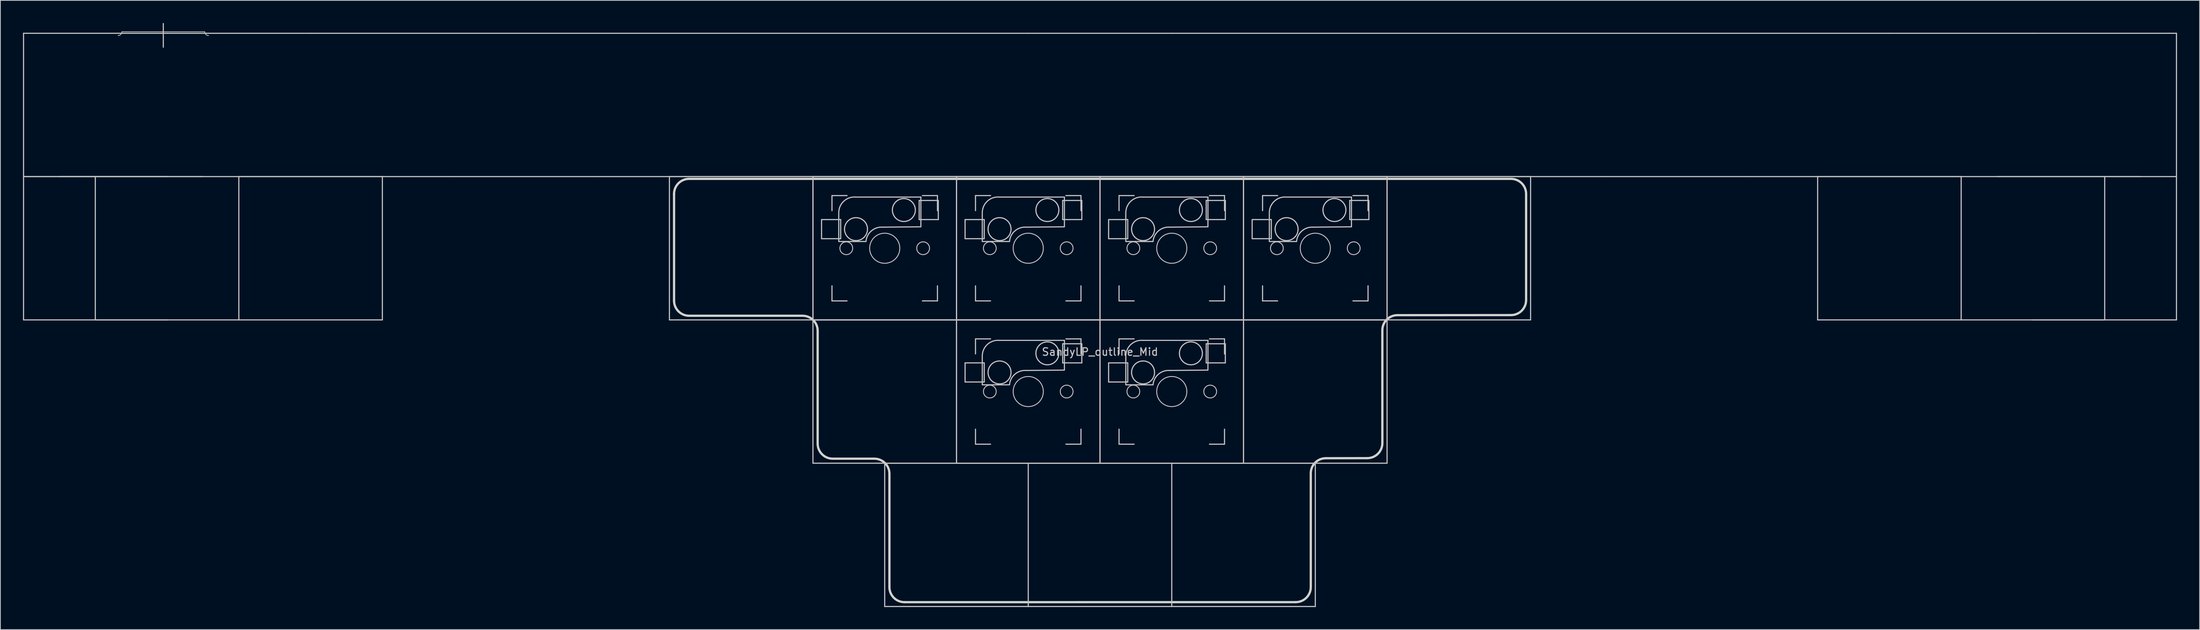
<source format=kicad_pcb>
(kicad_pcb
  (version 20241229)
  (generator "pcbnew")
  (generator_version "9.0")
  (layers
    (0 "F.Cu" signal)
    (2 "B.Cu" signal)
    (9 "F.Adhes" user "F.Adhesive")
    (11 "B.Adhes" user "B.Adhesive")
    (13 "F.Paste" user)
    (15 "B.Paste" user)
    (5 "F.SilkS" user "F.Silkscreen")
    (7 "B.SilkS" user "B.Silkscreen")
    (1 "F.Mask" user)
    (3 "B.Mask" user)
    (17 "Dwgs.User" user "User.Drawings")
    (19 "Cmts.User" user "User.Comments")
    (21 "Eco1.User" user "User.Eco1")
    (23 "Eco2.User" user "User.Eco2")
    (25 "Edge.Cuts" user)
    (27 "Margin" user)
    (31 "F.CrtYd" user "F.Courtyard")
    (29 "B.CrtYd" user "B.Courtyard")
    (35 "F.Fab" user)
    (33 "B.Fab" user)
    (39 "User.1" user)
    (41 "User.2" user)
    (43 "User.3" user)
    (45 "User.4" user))
  (footprint "SandyLP_outline_Mid"
    (layer "F.Cu")
    (at 142.95 39.475)
    (property "Reference" "SandyLP_outline_Mid" (at 0 4.25 0) (layer "Dwgs.User") (effects (font (size 1 1) (thickness 0.15))))
    (attr through_hole)
    (fp_line (start -142.875 -38.1) (end -123.825 -38.1) (stroke (width 0.15) (type solid)) (layer "Dwgs.User"))
    (fp_line (start -142.875 -19.05) (end -142.875 -38.1) (stroke (width 0.15) (type solid)) (layer "Dwgs.User"))
    (fp_line (start -142.875 -19.05) (end -142.875 0) (stroke (width 0.15) (type solid)) (layer "Dwgs.User"))
    (fp_line (start -138.113 -19.05) (end -119.062 -19.05) (stroke (width 0.15) (type solid)) (layer "Dwgs.User"))
    (fp_line (start -133.35 0) (end -133.35 -19.05) (stroke (width 0.15) (type solid)) (layer "Dwgs.User"))
    (fp_line (start -129.825 -38.3) (end -118.825 -38.3) (stroke (width 0.1) (type solid)) (layer "Dwgs.User"))
    (fp_line (start -124.325 -39.4) (end -124.325 -36.25) (stroke (width 0.15) (type solid)) (layer "Dwgs.User"))
    (fp_line (start -123.825 -38.1) (end -104.775 -38.1) (stroke (width 0.15) (type solid)) (layer "Dwgs.User"))
    (fp_line (start -123.825 -19.05) (end -142.875 -19.05) (stroke (width 0.15) (type solid)) (layer "Dwgs.User"))
    (fp_line (start -123.825 -19.05) (end -142.875 -19.05) (stroke (width 0.15) (type solid)) (layer "Dwgs.User"))
    (fp_line (start -123.825 0) (end -142.875 0) (stroke (width 0.15) (type solid)) (layer "Dwgs.User"))
    (fp_line (start -114.3 -19.05) (end -95.25 -19.05) (stroke (width 0.15) (type solid)) (layer "Dwgs.User"))
    (fp_line (start -114.3 0) (end -133.35 0) (stroke (width 0.15) (type solid)) (layer "Dwgs.User"))
    (fp_line (start -114.3 0) (end -114.3 -19.05) (stroke (width 0.15) (type solid)) (layer "Dwgs.User"))
    (fp_line (start -104.775 -38.1) (end -85.725 -38.1) (stroke (width 0.15) (type solid)) (layer "Dwgs.User"))
    (fp_line (start -104.775 -19.05) (end -123.825 -19.05) (stroke (width 0.15) (type solid)) (layer "Dwgs.User"))
    (fp_line (start -95.25 -19.05) (end -95.25 0) (stroke (width 0.15) (type solid)) (layer "Dwgs.User"))
    (fp_line (start -95.25 0) (end -114.3 0) (stroke (width 0.15) (type solid)) (layer "Dwgs.User"))
    (fp_line (start -85.725 -38.1) (end -66.675 -38.1) (stroke (width 0.15) (type solid)) (layer "Dwgs.User"))
    (fp_line (start -85.725 -19.05) (end -104.775 -19.05) (stroke (width 0.15) (type solid)) (layer "Dwgs.User"))
    (fp_line (start -66.675 -38.1) (end -47.625 -38.1) (stroke (width 0.15) (type solid)) (layer "Dwgs.User"))
    (fp_line (start -66.675 -19.05) (end -85.725 -19.05) (stroke (width 0.15) (type solid)) (layer "Dwgs.User"))
    (fp_line (start -57.15 -19.05) (end -38.1 -19.05) (stroke (width 0.15) (type solid)) (layer "Dwgs.User"))
    (fp_line (start -57.15 0) (end -57.15 -19.05) (stroke (width 0.15) (type solid)) (layer "Dwgs.User"))
    (fp_line (start -47.625 -38.1) (end -28.575 -38.1) (stroke (width 0.15) (type solid)) (layer "Dwgs.User"))
    (fp_line (start -47.625 -19.05) (end -66.675 -19.05) (stroke (width 0.15) (type solid)) (layer "Dwgs.User"))
    (fp_line (start -38.1 -19.05) (end -19.05 -19.05) (stroke (width 0.15) (type solid)) (layer "Dwgs.User"))
    (fp_line (start -38.1 -19.05) (end -19.05 -19.05) (stroke (width 0.15) (type solid)) (layer "Dwgs.User"))
    (fp_line (start -38.1 0) (end -57.15 0) (stroke (width 0.15) (type solid)) (layer "Dwgs.User"))
    (fp_line (start -38.1 0) (end -38.1 -19.05) (stroke (width 0.15) (type solid)) (layer "Dwgs.User"))
    (fp_line (start -38.1 0) (end -38.1 -19.05) (stroke (width 0.15) (type solid)) (layer "Dwgs.User"))
    (fp_line (start -38.1 0) (end -19.05 0) (stroke (width 0.15) (type solid)) (layer "Dwgs.User"))
    (fp_line (start -38.1 19.05) (end -38.1 0) (stroke (width 0.15) (type solid)) (layer "Dwgs.User"))
    (fp_line (start -36.957 -13.335) (end -36.957 -10.795) (stroke (width 0.15) (type solid)) (layer "Dwgs.User"))
    (fp_line (start -36.957 -10.795) (end -34.417 -10.795) (stroke (width 0.15) (type solid)) (layer "Dwgs.User"))
    (fp_line (start -35.575 -16.525) (end -35.575 -14.525) (stroke (width 0.15) (type solid)) (layer "Dwgs.User"))
    (fp_line (start -35.575 -4.525) (end -35.575 -2.525) (stroke (width 0.15) (type solid)) (layer "Dwgs.User"))
    (fp_line (start -35.575 -2.525) (end -33.575 -2.525) (stroke (width 0.15) (type solid)) (layer "Dwgs.User"))
    (fp_line (start -34.675 -14.375) (end -34.675 -10.43) (stroke (width 0.15) (type solid)) (layer "Dwgs.User"))
    (fp_line (start -34.675 -10.421) (end -31.065 -10.421) (stroke (width 0.15) (type solid)) (layer "Dwgs.User"))
    (fp_line (start -34.417 -13.335) (end -36.957 -13.335) (stroke (width 0.15) (type solid)) (layer "Dwgs.User"))
    (fp_line (start -34.417 -10.795) (end -34.417 -13.335) (stroke (width 0.15) (type solid)) (layer "Dwgs.User"))
    (fp_line (start -33.575 -16.525) (end -35.575 -16.525) (stroke (width 0.15) (type solid)) (layer "Dwgs.User"))
    (fp_line (start -28.575 -38.1) (end -9.525 -38.1) (stroke (width 0.15) (type solid)) (layer "Dwgs.User"))
    (fp_line (start -28.575 -19.05) (end -47.625 -19.05) (stroke (width 0.15) (type solid)) (layer "Dwgs.User"))
    (fp_line (start -28.575 19.05) (end -9.525 19.05) (stroke (width 0.15) (type solid)) (layer "Dwgs.User"))
    (fp_line (start -28.575 38.1) (end -28.575 19.05) (stroke (width 0.15) (type solid)) (layer "Dwgs.User"))
    (fp_line (start -24.003 -15.875) (end -21.463 -15.875) (stroke (width 0.15) (type solid)) (layer "Dwgs.User"))
    (fp_line (start -24.003 -13.335) (end -24.003 -15.875) (stroke (width 0.15) (type solid)) (layer "Dwgs.User"))
    (fp_line (start -23.775 -16.329) (end -32.4 -16.329) (stroke (width 0.15) (type solid)) (layer "Dwgs.User"))
    (fp_line (start -23.775 -12.421) (end -23.775 -16.329) (stroke (width 0.15) (type solid)) (layer "Dwgs.User"))
    (fp_line (start -23.775 -12.375) (end -28.825 -12.329) (stroke (width 0.15) (type solid)) (layer "Dwgs.User"))
    (fp_line (start -23.575 -16.525) (end -21.575 -16.525) (stroke (width 0.15) (type solid)) (layer "Dwgs.User"))
    (fp_line (start -23.575 -2.525) (end -21.575 -2.525) (stroke (width 0.15) (type solid)) (layer "Dwgs.User"))
    (fp_line (start -21.575 -16.525) (end -21.575 -14.525) (stroke (width 0.15) (type solid)) (layer "Dwgs.User"))
    (fp_line (start -21.575 -2.525) (end -21.575 -4.525) (stroke (width 0.15) (type solid)) (layer "Dwgs.User"))
    (fp_line (start -21.463 -15.875) (end -21.463 -13.335) (stroke (width 0.15) (type solid)) (layer "Dwgs.User"))
    (fp_line (start -21.463 -13.335) (end -24.003 -13.335) (stroke (width 0.15) (type solid)) (layer "Dwgs.User"))
    (fp_line (start -19.05 -19.05) (end -19.05 0) (stroke (width 0.15) (type solid)) (layer "Dwgs.User"))
    (fp_line (start -19.05 -19.05) (end -19.05 0) (stroke (width 0.15) (type solid)) (layer "Dwgs.User"))
    (fp_line (start -19.05 -19.05) (end 0 -19.05) (stroke (width 0.15) (type solid)) (layer "Dwgs.User"))
    (fp_line (start -19.05 -19.05) (end 0 -19.05) (stroke (width 0.15) (type solid)) (layer "Dwgs.User"))
    (fp_line (start -19.05 0) (end -38.1 0) (stroke (width 0.15) (type solid)) (layer "Dwgs.User"))
    (fp_line (start -19.05 0) (end -38.1 0) (stroke (width 0.15) (type solid)) (layer "Dwgs.User"))
    (fp_line (start -19.05 0) (end -19.05 -19.05) (stroke (width 0.15) (type solid)) (layer "Dwgs.User"))
    (fp_line (start -19.05 0) (end 0 0) (stroke (width 0.15) (type solid)) (layer "Dwgs.User"))
    (fp_line (start -19.05 0) (end 0 0) (stroke (width 0.15) (type solid)) (layer "Dwgs.User"))
    (fp_line (start -19.05 19.05) (end -38.1 19.05) (stroke (width 0.15) (type solid)) (layer "Dwgs.User"))
    (fp_line (start -19.05 19.05) (end -19.05 0) (stroke (width 0.15) (type solid)) (layer "Dwgs.User"))
    (fp_line (start -19.05 19.05) (end -19.05 0) (stroke (width 0.15) (type solid)) (layer "Dwgs.User"))
    (fp_line (start -17.907 -13.335) (end -17.907 -10.795) (stroke (width 0.15) (type solid)) (layer "Dwgs.User"))
    (fp_line (start -17.907 -10.795) (end -15.367 -10.795) (stroke (width 0.15) (type solid)) (layer "Dwgs.User"))
    (fp_line (start -17.907 5.715) (end -17.907 8.255) (stroke (width 0.15) (type solid)) (layer "Dwgs.User"))
    (fp_line (start -17.907 8.255) (end -15.367 8.255) (stroke (width 0.15) (type solid)) (layer "Dwgs.User"))
    (fp_line (start -16.525 -16.525) (end -16.525 -14.525) (stroke (width 0.15) (type solid)) (layer "Dwgs.User"))
    (fp_line (start -16.525 -4.525) (end -16.525 -2.525) (stroke (width 0.15) (type solid)) (layer "Dwgs.User"))
    (fp_line (start -16.525 -2.525) (end -14.525 -2.525) (stroke (width 0.15) (type solid)) (layer "Dwgs.User"))
    (fp_line (start -16.525 2.525) (end -16.525 4.525) (stroke (width 0.15) (type solid)) (layer "Dwgs.User"))
    (fp_line (start -16.525 14.525) (end -16.525 16.525) (stroke (width 0.15) (type solid)) (layer "Dwgs.User"))
    (fp_line (start -16.525 16.525) (end -14.525 16.525) (stroke (width 0.15) (type solid)) (layer "Dwgs.User"))
    (fp_line (start -15.625 -14.375) (end -15.625 -10.43) (stroke (width 0.15) (type solid)) (layer "Dwgs.User"))
    (fp_line (start -15.625 -10.421) (end -12.015 -10.421) (stroke (width 0.15) (type solid)) (layer "Dwgs.User"))
    (fp_line (start -15.625 4.675) (end -15.625 8.62) (stroke (width 0.15) (type solid)) (layer "Dwgs.User"))
    (fp_line (start -15.625 8.629) (end -12.015 8.629) (stroke (width 0.15) (type solid)) (layer "Dwgs.User"))
    (fp_line (start -15.367 -13.335) (end -17.907 -13.335) (stroke (width 0.15) (type solid)) (layer "Dwgs.User"))
    (fp_line (start -15.367 -10.795) (end -15.367 -13.335) (stroke (width 0.15) (type solid)) (layer "Dwgs.User"))
    (fp_line (start -15.367 5.715) (end -17.907 5.715) (stroke (width 0.15) (type solid)) (layer "Dwgs.User"))
    (fp_line (start -15.367 8.255) (end -15.367 5.715) (stroke (width 0.15) (type solid)) (layer "Dwgs.User"))
    (fp_line (start -14.525 -16.525) (end -16.525 -16.525) (stroke (width 0.15) (type solid)) (layer "Dwgs.User"))
    (fp_line (start -14.525 2.525) (end -16.525 2.525) (stroke (width 0.15) (type solid)) (layer "Dwgs.User"))
    (fp_line (start -9.525 -38.1) (end 9.525 -38.1) (stroke (width 0.15) (type solid)) (layer "Dwgs.User"))
    (fp_line (start -9.525 -19.05) (end -28.575 -19.05) (stroke (width 0.15) (type solid)) (layer "Dwgs.User"))
    (fp_line (start -9.525 19.05) (end 9.525 19.05) (stroke (width 0.15) (type solid)) (layer "Dwgs.User"))
    (fp_line (start -9.525 38.1) (end -28.575 38.1) (stroke (width 0.15) (type solid)) (layer "Dwgs.User"))
    (fp_line (start -9.525 38.1) (end -9.525 19.05) (stroke (width 0.15) (type solid)) (layer "Dwgs.User"))
    (fp_line (start -4.953 -15.875) (end -2.413 -15.875) (stroke (width 0.15) (type solid)) (layer "Dwgs.User"))
    (fp_line (start -4.953 -13.335) (end -4.953 -15.875) (stroke (width 0.15) (type solid)) (layer "Dwgs.User"))
    (fp_line (start -4.953 3.175) (end -2.413 3.175) (stroke (width 0.15) (type solid)) (layer "Dwgs.User"))
    (fp_line (start -4.953 5.715) (end -4.953 3.175) (stroke (width 0.15) (type solid)) (layer "Dwgs.User"))
    (fp_line (start -4.725 -16.329) (end -13.35 -16.329) (stroke (width 0.15) (type solid)) (layer "Dwgs.User"))
    (fp_line (start -4.725 -12.421) (end -4.725 -16.329) (stroke (width 0.15) (type solid)) (layer "Dwgs.User"))
    (fp_line (start -4.725 -12.375) (end -9.775 -12.329) (stroke (width 0.15) (type solid)) (layer "Dwgs.User"))
    (fp_line (start -4.725 2.721) (end -13.35 2.721) (stroke (width 0.15) (type solid)) (layer "Dwgs.User"))
    (fp_line (start -4.725 6.629) (end -4.725 2.721) (stroke (width 0.15) (type solid)) (layer "Dwgs.User"))
    (fp_line (start -4.725 6.675) (end -9.775 6.721) (stroke (width 0.15) (type solid)) (layer "Dwgs.User"))
    (fp_line (start -4.525 -16.525) (end -2.525 -16.525) (stroke (width 0.15) (type solid)) (layer "Dwgs.User"))
    (fp_line (start -4.525 -2.525) (end -2.525 -2.525) (stroke (width 0.15) (type solid)) (layer "Dwgs.User"))
    (fp_line (start -4.525 2.525) (end -2.525 2.525) (stroke (width 0.15) (type solid)) (layer "Dwgs.User"))
    (fp_line (start -4.525 16.525) (end -2.525 16.525) (stroke (width 0.15) (type solid)) (layer "Dwgs.User"))
    (fp_line (start -2.525 -16.525) (end -2.525 -14.525) (stroke (width 0.15) (type solid)) (layer "Dwgs.User"))
    (fp_line (start -2.525 -2.525) (end -2.525 -4.525) (stroke (width 0.15) (type solid)) (layer "Dwgs.User"))
    (fp_line (start -2.525 2.525) (end -2.525 4.525) (stroke (width 0.15) (type solid)) (layer "Dwgs.User"))
    (fp_line (start -2.525 16.525) (end -2.525 14.525) (stroke (width 0.15) (type solid)) (layer "Dwgs.User"))
    (fp_line (start -2.413 -15.875) (end -2.413 -13.335) (stroke (width 0.15) (type solid)) (layer "Dwgs.User"))
    (fp_line (start -2.413 -13.335) (end -4.953 -13.335) (stroke (width 0.15) (type solid)) (layer "Dwgs.User"))
    (fp_line (start -2.413 3.175) (end -2.413 5.715) (stroke (width 0.15) (type solid)) (layer "Dwgs.User"))
    (fp_line (start -2.413 5.715) (end -4.953 5.715) (stroke (width 0.15) (type solid)) (layer "Dwgs.User"))
    (fp_line (start 0 -19.05) (end 0 0) (stroke (width 0.15) (type solid)) (layer "Dwgs.User"))
    (fp_line (start 0 -19.05) (end 0 0) (stroke (width 0.15) (type solid)) (layer "Dwgs.User"))
    (fp_line (start 0 -19.05) (end 19.05 -19.05) (stroke (width 0.15) (type solid)) (layer "Dwgs.User"))
    (fp_line (start 0 -19.05) (end 19.05 -19.05) (stroke (width 0.15) (type solid)) (layer "Dwgs.User"))
    (fp_line (start 0 0) (end -19.05 0) (stroke (width 0.15) (type solid)) (layer "Dwgs.User"))
    (fp_line (start 0 0) (end -19.05 0) (stroke (width 0.15) (type solid)) (layer "Dwgs.User"))
    (fp_line (start 0 0) (end 0 -19.05) (stroke (width 0.15) (type solid)) (layer "Dwgs.User"))
    (fp_line (start 0 0) (end 0 19.05) (stroke (width 0.15) (type solid)) (layer "Dwgs.User"))
    (fp_line (start 0 0) (end 19.05 0) (stroke (width 0.15) (type solid)) (layer "Dwgs.User"))
    (fp_line (start 0 0) (end 19.05 0) (stroke (width 0.15) (type solid)) (layer "Dwgs.User"))
    (fp_line (start 0 19.05) (end -19.05 19.05) (stroke (width 0.15) (type solid)) (layer "Dwgs.User"))
    (fp_line (start 0 19.05) (end -19.05 19.05) (stroke (width 0.15) (type solid)) (layer "Dwgs.User"))
    (fp_line (start 0 19.05) (end 0 0) (stroke (width 0.15) (type solid)) (layer "Dwgs.User"))
    (fp_line (start 0 19.05) (end 0 0) (stroke (width 0.15) (type solid)) (layer "Dwgs.User"))
    (fp_line (start 1.143 -13.335) (end 1.143 -10.795) (stroke (width 0.15) (type solid)) (layer "Dwgs.User"))
    (fp_line (start 1.143 -10.795) (end 3.683 -10.795) (stroke (width 0.15) (type solid)) (layer "Dwgs.User"))
    (fp_line (start 1.143 5.715) (end 1.143 8.255) (stroke (width 0.15) (type solid)) (layer "Dwgs.User"))
    (fp_line (start 1.143 8.255) (end 3.683 8.255) (stroke (width 0.15) (type solid)) (layer "Dwgs.User"))
    (fp_line (start 2.525 -16.525) (end 2.525 -14.525) (stroke (width 0.15) (type solid)) (layer "Dwgs.User"))
    (fp_line (start 2.525 -4.525) (end 2.525 -2.525) (stroke (width 0.15) (type solid)) (layer "Dwgs.User"))
    (fp_line (start 2.525 -2.525) (end 4.525 -2.525) (stroke (width 0.15) (type solid)) (layer "Dwgs.User"))
    (fp_line (start 2.525 2.525) (end 2.525 4.525) (stroke (width 0.15) (type solid)) (layer "Dwgs.User"))
    (fp_line (start 2.525 14.525) (end 2.525 16.525) (stroke (width 0.15) (type solid)) (layer "Dwgs.User"))
    (fp_line (start 2.525 16.525) (end 4.525 16.525) (stroke (width 0.15) (type solid)) (layer "Dwgs.User"))
    (fp_line (start 3.425 -14.375) (end 3.425 -10.43) (stroke (width 0.15) (type solid)) (layer "Dwgs.User"))
    (fp_line (start 3.425 -10.421) (end 7.035 -10.421) (stroke (width 0.15) (type solid)) (layer "Dwgs.User"))
    (fp_line (start 3.425 4.675) (end 3.425 8.62) (stroke (width 0.15) (type solid)) (layer "Dwgs.User"))
    (fp_line (start 3.425 8.629) (end 7.035 8.629) (stroke (width 0.15) (type solid)) (layer "Dwgs.User"))
    (fp_line (start 3.683 -13.335) (end 1.143 -13.335) (stroke (width 0.15) (type solid)) (layer "Dwgs.User"))
    (fp_line (start 3.683 -10.795) (end 3.683 -13.335) (stroke (width 0.15) (type solid)) (layer "Dwgs.User"))
    (fp_line (start 3.683 5.715) (end 1.143 5.715) (stroke (width 0.15) (type solid)) (layer "Dwgs.User"))
    (fp_line (start 3.683 8.255) (end 3.683 5.715) (stroke (width 0.15) (type solid)) (layer "Dwgs.User"))
    (fp_line (start 4.525 -16.525) (end 2.525 -16.525) (stroke (width 0.15) (type solid)) (layer "Dwgs.User"))
    (fp_line (start 4.525 2.525) (end 2.525 2.525) (stroke (width 0.15) (type solid)) (layer "Dwgs.User"))
    (fp_line (start 9.525 -38.1) (end 28.575 -38.1) (stroke (width 0.15) (type solid)) (layer "Dwgs.User"))
    (fp_line (start 9.525 -19.05) (end -9.525 -19.05) (stroke (width 0.15) (type solid)) (layer "Dwgs.User"))
    (fp_line (start 9.525 19.05) (end 28.575 19.05) (stroke (width 0.15) (type solid)) (layer "Dwgs.User"))
    (fp_line (start 9.525 38.1) (end -9.525 38.1) (stroke (width 0.15) (type solid)) (layer "Dwgs.User"))
    (fp_line (start 9.525 38.1) (end 9.525 19.05) (stroke (width 0.15) (type solid)) (layer "Dwgs.User"))
    (fp_line (start 14.097 -15.875) (end 16.637 -15.875) (stroke (width 0.15) (type solid)) (layer "Dwgs.User"))
    (fp_line (start 14.097 -13.335) (end 14.097 -15.875) (stroke (width 0.15) (type solid)) (layer "Dwgs.User"))
    (fp_line (start 14.097 3.175) (end 16.637 3.175) (stroke (width 0.15) (type solid)) (layer "Dwgs.User"))
    (fp_line (start 14.097 5.715) (end 14.097 3.175) (stroke (width 0.15) (type solid)) (layer "Dwgs.User"))
    (fp_line (start 14.325 -16.329) (end 5.7 -16.329) (stroke (width 0.15) (type solid)) (layer "Dwgs.User"))
    (fp_line (start 14.325 -12.421) (end 14.325 -16.329) (stroke (width 0.15) (type solid)) (layer "Dwgs.User"))
    (fp_line (start 14.325 -12.375) (end 9.275 -12.329) (stroke (width 0.15) (type solid)) (layer "Dwgs.User"))
    (fp_line (start 14.325 2.721) (end 5.7 2.721) (stroke (width 0.15) (type solid)) (layer "Dwgs.User"))
    (fp_line (start 14.325 6.629) (end 14.325 2.721) (stroke (width 0.15) (type solid)) (layer "Dwgs.User"))
    (fp_line (start 14.325 6.675) (end 9.275 6.721) (stroke (width 0.15) (type solid)) (layer "Dwgs.User"))
    (fp_line (start 14.525 -16.525) (end 16.525 -16.525) (stroke (width 0.15) (type solid)) (layer "Dwgs.User"))
    (fp_line (start 14.525 -2.525) (end 16.525 -2.525) (stroke (width 0.15) (type solid)) (layer "Dwgs.User"))
    (fp_line (start 14.525 2.525) (end 16.525 2.525) (stroke (width 0.15) (type solid)) (layer "Dwgs.User"))
    (fp_line (start 14.525 16.525) (end 16.525 16.525) (stroke (width 0.15) (type solid)) (layer "Dwgs.User"))
    (fp_line (start 16.525 -16.525) (end 16.525 -14.525) (stroke (width 0.15) (type solid)) (layer "Dwgs.User"))
    (fp_line (start 16.525 -2.525) (end 16.525 -4.525) (stroke (width 0.15) (type solid)) (layer "Dwgs.User"))
    (fp_line (start 16.525 2.525) (end 16.525 4.525) (stroke (width 0.15) (type solid)) (layer "Dwgs.User"))
    (fp_line (start 16.525 16.525) (end 16.525 14.525) (stroke (width 0.15) (type solid)) (layer "Dwgs.User"))
    (fp_line (start 16.637 -15.875) (end 16.637 -13.335) (stroke (width 0.15) (type solid)) (layer "Dwgs.User"))
    (fp_line (start 16.637 -13.335) (end 14.097 -13.335) (stroke (width 0.15) (type solid)) (layer "Dwgs.User"))
    (fp_line (start 16.637 3.175) (end 16.637 5.715) (stroke (width 0.15) (type solid)) (layer "Dwgs.User"))
    (fp_line (start 16.637 5.715) (end 14.097 5.715) (stroke (width 0.15) (type solid)) (layer "Dwgs.User"))
    (fp_line (start 19.05 -19.05) (end 19.05 0) (stroke (width 0.15) (type solid)) (layer "Dwgs.User"))
    (fp_line (start 19.05 -19.05) (end 38.1 -19.05) (stroke (width 0.15) (type solid)) (layer "Dwgs.User"))
    (fp_line (start 19.05 -19.05) (end 38.1 -19.05) (stroke (width 0.15) (type solid)) (layer "Dwgs.User"))
    (fp_line (start 19.05 0) (end 0 0) (stroke (width 0.15) (type solid)) (layer "Dwgs.User"))
    (fp_line (start 19.05 0) (end 0 0) (stroke (width 0.15) (type solid)) (layer "Dwgs.User"))
    (fp_line (start 19.05 0) (end 19.05 -19.05) (stroke (width 0.15) (type solid)) (layer "Dwgs.User"))
    (fp_line (start 19.05 0) (end 19.05 -19.05) (stroke (width 0.15) (type solid)) (layer "Dwgs.User"))
    (fp_line (start 19.05 0) (end 19.05 19.05) (stroke (width 0.15) (type solid)) (layer "Dwgs.User"))
    (fp_line (start 19.05 0) (end 38.1 0) (stroke (width 0.15) (type solid)) (layer "Dwgs.User"))
    (fp_line (start 19.05 19.05) (end 0 19.05) (stroke (width 0.15) (type solid)) (layer "Dwgs.User"))
    (fp_line (start 19.05 19.05) (end 0 19.05) (stroke (width 0.15) (type solid)) (layer "Dwgs.User"))
    (fp_line (start 19.05 19.05) (end 19.05 0) (stroke (width 0.15) (type solid)) (layer "Dwgs.User"))
    (fp_line (start 20.193 -13.335) (end 20.193 -10.795) (stroke (width 0.15) (type solid)) (layer "Dwgs.User"))
    (fp_line (start 20.193 -10.795) (end 22.733 -10.795) (stroke (width 0.15) (type solid)) (layer "Dwgs.User"))
    (fp_line (start 21.575 -16.525) (end 21.575 -14.525) (stroke (width 0.15) (type solid)) (layer "Dwgs.User"))
    (fp_line (start 21.575 -4.525) (end 21.575 -2.525) (stroke (width 0.15) (type solid)) (layer "Dwgs.User"))
    (fp_line (start 21.575 -2.525) (end 23.575 -2.525) (stroke (width 0.15) (type solid)) (layer "Dwgs.User"))
    (fp_line (start 22.475 -14.375) (end 22.475 -10.43) (stroke (width 0.15) (type solid)) (layer "Dwgs.User"))
    (fp_line (start 22.475 -10.421) (end 26.085 -10.421) (stroke (width 0.15) (type solid)) (layer "Dwgs.User"))
    (fp_line (start 22.733 -13.335) (end 20.193 -13.335) (stroke (width 0.15) (type solid)) (layer "Dwgs.User"))
    (fp_line (start 22.733 -10.795) (end 22.733 -13.335) (stroke (width 0.15) (type solid)) (layer "Dwgs.User"))
    (fp_line (start 23.575 -16.525) (end 21.575 -16.525) (stroke (width 0.15) (type solid)) (layer "Dwgs.User"))
    (fp_line (start 28.575 -38.1) (end 47.625 -38.1) (stroke (width 0.15) (type solid)) (layer "Dwgs.User"))
    (fp_line (start 28.575 -19.05) (end 9.525 -19.05) (stroke (width 0.15) (type solid)) (layer "Dwgs.User"))
    (fp_line (start 28.575 19.05) (end 28.575 38.1) (stroke (width 0.15) (type solid)) (layer "Dwgs.User"))
    (fp_line (start 28.575 38.1) (end 9.525 38.1) (stroke (width 0.15) (type solid)) (layer "Dwgs.User"))
    (fp_line (start 33.147 -15.875) (end 35.687 -15.875) (stroke (width 0.15) (type solid)) (layer "Dwgs.User"))
    (fp_line (start 33.147 -13.335) (end 33.147 -15.875) (stroke (width 0.15) (type solid)) (layer "Dwgs.User"))
    (fp_line (start 33.375 -16.329) (end 24.75 -16.329) (stroke (width 0.15) (type solid)) (layer "Dwgs.User"))
    (fp_line (start 33.375 -12.421) (end 33.375 -16.329) (stroke (width 0.15) (type solid)) (layer "Dwgs.User"))
    (fp_line (start 33.375 -12.375) (end 28.325 -12.329) (stroke (width 0.15) (type solid)) (layer "Dwgs.User"))
    (fp_line (start 33.575 -16.525) (end 35.575 -16.525) (stroke (width 0.15) (type solid)) (layer "Dwgs.User"))
    (fp_line (start 33.575 -2.525) (end 35.575 -2.525) (stroke (width 0.15) (type solid)) (layer "Dwgs.User"))
    (fp_line (start 35.575 -16.525) (end 35.575 -14.525) (stroke (width 0.15) (type solid)) (layer "Dwgs.User"))
    (fp_line (start 35.575 -2.525) (end 35.575 -4.525) (stroke (width 0.15) (type solid)) (layer "Dwgs.User"))
    (fp_line (start 35.687 -15.875) (end 35.687 -13.335) (stroke (width 0.15) (type solid)) (layer "Dwgs.User"))
    (fp_line (start 35.687 -13.335) (end 33.147 -13.335) (stroke (width 0.15) (type solid)) (layer "Dwgs.User"))
    (fp_line (start 38.1 -19.05) (end 38.1 0) (stroke (width 0.15) (type solid)) (layer "Dwgs.User"))
    (fp_line (start 38.1 -19.05) (end 38.1 0) (stroke (width 0.15) (type solid)) (layer "Dwgs.User"))
    (fp_line (start 38.1 -19.05) (end 57.15 -19.05) (stroke (width 0.15) (type solid)) (layer "Dwgs.User"))
    (fp_line (start 38.1 0) (end 19.05 0) (stroke (width 0.15) (type solid)) (layer "Dwgs.User"))
    (fp_line (start 38.1 0) (end 19.05 0) (stroke (width 0.15) (type solid)) (layer "Dwgs.User"))
    (fp_line (start 38.1 0) (end 38.1 19.05) (stroke (width 0.15) (type solid)) (layer "Dwgs.User"))
    (fp_line (start 38.1 19.05) (end 19.05 19.05) (stroke (width 0.15) (type solid)) (layer "Dwgs.User"))
    (fp_line (start 47.625 -38.1) (end 66.675 -38.1) (stroke (width 0.15) (type solid)) (layer "Dwgs.User"))
    (fp_line (start 47.625 -19.05) (end 28.575 -19.05) (stroke (width 0.15) (type solid)) (layer "Dwgs.User"))
    (fp_line (start 57.15 -19.05) (end 57.15 0) (stroke (width 0.15) (type solid)) (layer "Dwgs.User"))
    (fp_line (start 57.15 0) (end 38.1 0) (stroke (width 0.15) (type solid)) (layer "Dwgs.User"))
    (fp_line (start 66.675 -38.1) (end 85.725 -38.1) (stroke (width 0.15) (type solid)) (layer "Dwgs.User"))
    (fp_line (start 66.675 -19.05) (end 47.625 -19.05) (stroke (width 0.15) (type solid)) (layer "Dwgs.User"))
    (fp_line (start 85.725 -38.1) (end 104.775 -38.1) (stroke (width 0.15) (type solid)) (layer "Dwgs.User"))
    (fp_line (start 85.725 -19.05) (end 66.675 -19.05) (stroke (width 0.15) (type solid)) (layer "Dwgs.User"))
    (fp_line (start 95.25 -19.05) (end 114.3 -19.05) (stroke (width 0.15) (type solid)) (layer "Dwgs.User"))
    (fp_line (start 95.25 0) (end 95.25 -19.05) (stroke (width 0.15) (type solid)) (layer "Dwgs.User"))
    (fp_line (start 104.775 -38.1) (end 123.825 -38.1) (stroke (width 0.15) (type solid)) (layer "Dwgs.User"))
    (fp_line (start 104.775 -19.05) (end 85.725 -19.05) (stroke (width 0.15) (type solid)) (layer "Dwgs.User"))
    (fp_line (start 114.3 -19.05) (end 114.3 0) (stroke (width 0.15) (type solid)) (layer "Dwgs.User"))
    (fp_line (start 114.3 0) (end 95.25 0) (stroke (width 0.15) (type solid)) (layer "Dwgs.User"))
    (fp_line (start 119.062 -19.05) (end 138.113 -19.05) (stroke (width 0.15) (type solid)) (layer "Dwgs.User"))
    (fp_line (start 123.825 -38.1) (end 142.875 -38.1) (stroke (width 0.15) (type solid)) (layer "Dwgs.User"))
    (fp_line (start 123.825 -19.05) (end 104.775 -19.05) (stroke (width 0.15) (type solid)) (layer "Dwgs.User"))
    (fp_line (start 133.35 0) (end 114.3 0) (stroke (width 0.15) (type solid)) (layer "Dwgs.User"))
    (fp_line (start 133.35 0) (end 133.35 -19.05) (stroke (width 0.15) (type solid)) (layer "Dwgs.User"))
    (fp_line (start 142.875 -38.1) (end 142.875 -19.05) (stroke (width 0.15) (type solid)) (layer "Dwgs.User"))
    (fp_line (start 142.875 -19.05) (end 123.825 -19.05) (stroke (width 0.15) (type solid)) (layer "Dwgs.User"))
    (fp_line (start 142.875 -19.05) (end 142.875 0) (stroke (width 0.15) (type solid)) (layer "Dwgs.User"))
    (fp_line (start 142.875 0) (end 123.825 0) (stroke (width 0.15) (type solid)) (layer "Dwgs.User"))
    (fp_arc (start -129.825 -38.30004) (mid -129.971447 -37.946487) (end -130.325 -37.80004) (stroke (width 0.1) (type solid)) (layer "Dwgs.User"))
    (fp_arc (start -118.325 -37.80004) (mid -118.678553 -37.946487) (end -118.825 -38.30004) (stroke (width 0.1) (type solid)) (layer "Dwgs.User"))
    (fp_arc (start -34.664 -14.445) (mid -33.922189 -15.85589) (end -32.4 -16.329) (stroke (width 0.15) (type solid)) (layer "Dwgs.User"))
    (fp_arc (start -31.06 -10.445) (mid -30.319361 -11.853061) (end -28.8 -12.325) (stroke (width 0.15) (type solid)) (layer "Dwgs.User"))
    (fp_arc (start -15.614 -14.445) (mid -14.872189 -15.85589) (end -13.35 -16.329) (stroke (width 0.15) (type solid)) (layer "Dwgs.User"))
    (fp_arc (start -15.614 4.605) (mid -14.872189 3.19411) (end -13.35 2.721) (stroke (width 0.15) (type solid)) (layer "Dwgs.User"))
    (fp_arc (start -12.01 -10.445) (mid -11.269361 -11.853061) (end -9.75 -12.325) (stroke (width 0.15) (type solid)) (layer "Dwgs.User"))
    (fp_arc (start -12.01 8.605) (mid -11.269361 7.196939) (end -9.75 6.725) (stroke (width 0.15) (type solid)) (layer "Dwgs.User"))
    (fp_arc (start 3.436 -14.445) (mid 4.177811 -15.85589) (end 5.7 -16.329) (stroke (width 0.15) (type solid)) (layer "Dwgs.User"))
    (fp_arc (start 3.436 4.605) (mid 4.177811 3.19411) (end 5.7 2.721) (stroke (width 0.15) (type solid)) (layer "Dwgs.User"))
    (fp_arc (start 7.04 -10.445) (mid 7.780639 -11.853061) (end 9.3 -12.325) (stroke (width 0.15) (type solid)) (layer "Dwgs.User"))
    (fp_arc (start 7.04 8.605) (mid 7.780639 7.196939) (end 9.3 6.725) (stroke (width 0.15) (type solid)) (layer "Dwgs.User"))
    (fp_arc (start 22.486 -14.445) (mid 23.227811 -15.85589) (end 24.75 -16.329) (stroke (width 0.15) (type solid)) (layer "Dwgs.User"))
    (fp_arc (start 26.09 -10.445) (mid 26.830639 -11.853061) (end 28.35 -12.325) (stroke (width 0.15) (type solid)) (layer "Dwgs.User"))
    (fp_circle (center -33.675 -9.525) (end -33.075 -8.925) (stroke (width 0.12) (type solid)) (fill no) (layer "Dwgs.User"))
    (fp_circle (center -32.385 -12.065) (end -30.861 -12.065) (stroke (width 0.15) (type solid)) (fill no) (layer "Dwgs.User"))
    (fp_circle (center -28.575 -9.525) (end -26.575 -9.525) (stroke (width 0.12) (type solid)) (fill no) (layer "Dwgs.User"))
    (fp_circle (center -26.035 -14.605) (end -24.511 -14.605) (stroke (width 0.15) (type solid)) (fill no) (layer "Dwgs.User"))
    (fp_circle (center -23.475 -9.525) (end -22.875 -8.925) (stroke (width 0.12) (type solid)) (fill no) (layer "Dwgs.User"))
    (fp_circle (center -14.625 -9.525) (end -14.025 -8.925) (stroke (width 0.12) (type solid)) (fill no) (layer "Dwgs.User"))
    (fp_circle (center -14.625 9.525) (end -14.025 10.125) (stroke (width 0.12) (type solid)) (fill no) (layer "Dwgs.User"))
    (fp_circle (center -13.335 -12.065) (end -11.811 -12.065) (stroke (width 0.15) (type solid)) (fill no) (layer "Dwgs.User"))
    (fp_circle (center -13.335 6.985) (end -11.811 6.985) (stroke (width 0.15) (type solid)) (fill no) (layer "Dwgs.User"))
    (fp_circle (center -9.525 -9.525) (end -7.525 -9.525) (stroke (width 0.12) (type solid)) (fill no) (layer "Dwgs.User"))
    (fp_circle (center -9.525 9.525) (end -7.525 9.525) (stroke (width 0.12) (type solid)) (fill no) (layer "Dwgs.User"))
    (fp_circle (center -6.985 -14.605) (end -5.461 -14.605) (stroke (width 0.15) (type solid)) (fill no) (layer "Dwgs.User"))
    (fp_circle (center -6.985 4.445) (end -5.461 4.445) (stroke (width 0.15) (type solid)) (fill no) (layer "Dwgs.User"))
    (fp_circle (center -4.425 -9.525) (end -3.825 -8.925) (stroke (width 0.12) (type solid)) (fill no) (layer "Dwgs.User"))
    (fp_circle (center -4.425 9.525) (end -3.825 10.125) (stroke (width 0.12) (type solid)) (fill no) (layer "Dwgs.User"))
    (fp_circle (center 4.425 -9.525) (end 5.025 -8.925) (stroke (width 0.12) (type solid)) (fill no) (layer "Dwgs.User"))
    (fp_circle (center 4.425 9.525) (end 5.025 10.125) (stroke (width 0.12) (type solid)) (fill no) (layer "Dwgs.User"))
    (fp_circle (center 5.715 -12.065) (end 7.239 -12.065) (stroke (width 0.15) (type solid)) (fill no) (layer "Dwgs.User"))
    (fp_circle (center 5.715 6.985) (end 7.239 6.985) (stroke (width 0.15) (type solid)) (fill no) (layer "Dwgs.User"))
    (fp_circle (center 9.525 -9.525) (end 11.525 -9.525) (stroke (width 0.12) (type solid)) (fill no) (layer "Dwgs.User"))
    (fp_circle (center 9.525 9.525) (end 11.525 9.525) (stroke (width 0.12) (type solid)) (fill no) (layer "Dwgs.User"))
    (fp_circle (center 12.065 -14.605) (end 13.589 -14.605) (stroke (width 0.15) (type solid)) (fill no) (layer "Dwgs.User"))
    (fp_circle (center 12.065 4.445) (end 13.589 4.445) (stroke (width 0.15) (type solid)) (fill no) (layer "Dwgs.User"))
    (fp_circle (center 14.625 -9.525) (end 15.225 -8.925) (stroke (width 0.12) (type solid)) (fill no) (layer "Dwgs.User"))
    (fp_circle (center 14.625 9.525) (end 15.225 10.125) (stroke (width 0.12) (type solid)) (fill no) (layer "Dwgs.User"))
    (fp_circle (center 23.475 -9.525) (end 24.075 -8.925) (stroke (width 0.12) (type solid)) (fill no) (layer "Dwgs.User"))
    (fp_circle (center 24.765 -12.065) (end 26.289 -12.065) (stroke (width 0.15) (type solid)) (fill no) (layer "Dwgs.User"))
    (fp_circle (center 28.575 -9.525) (end 30.575 -9.525) (stroke (width 0.12) (type solid)) (fill no) (layer "Dwgs.User"))
    (fp_circle (center 31.115 -14.605) (end 32.639 -14.605) (stroke (width 0.15) (type solid)) (fill no) (layer "Dwgs.User"))
    (fp_circle (center 33.675 -9.525) (end 34.275 -8.925) (stroke (width 0.12) (type solid)) (fill no) (layer "Dwgs.User"))
    (fp_line (start -142.525 -2.628) (end -142.525 -16.75) (stroke (width 0.3) (type solid)) (layer "Eco2.User"))
    (fp_line (start -140.525 -18.75) (end -97.845 -18.75) (stroke (width 0.3) (type solid)) (layer "Eco2.User"))
    (fp_line (start -140.525 -0.628) (end -97.855 -0.614) (stroke (width 0.3) (type solid)) (layer "Eco2.User"))
    (fp_line (start -95.855 -2.614) (end -95.845 -16.75) (stroke (width 0.3) (type solid)) (layer "Eco2.User"))
    (fp_line (start 95.805 -2.643) (end 95.805 -16.764) (stroke (width 0.3) (type solid)) (layer "Eco2.User"))
    (fp_line (start 97.805 -18.764) (end 140.485 -18.764) (stroke (width 0.3) (type solid)) (layer "Eco2.User"))
    (fp_line (start 97.805 -0.643) (end 140.475 -0.628) (stroke (width 0.3) (type solid)) (layer "Eco2.User"))
    (fp_line (start 142.475 -2.628) (end 142.485 -16.764) (stroke (width 0.3) (type solid)) (layer "Eco2.User"))
    (fp_arc (start -142.525 -16.75004) (mid -141.939214 -18.164254) (end -140.525 -18.75004) (stroke (width 0.3) (type solid)) (layer "Eco2.User"))
    (fp_arc (start -140.525 -0.628468) (mid -141.939213 -1.214254) (end -142.525 -2.628468) (stroke (width 0.3) (type solid)) (layer "Eco2.User"))
    (fp_arc (start -97.845 -18.75004) (mid -96.430774 -18.164265) (end -95.845 -16.75004) (stroke (width 0.3) (type solid)) (layer "Eco2.User"))
    (fp_arc (start -95.855 -2.614254) (mid -96.440786 -1.20004) (end -97.855 -0.614254) (stroke (width 0.3) (type solid)) (layer "Eco2.User"))
    (fp_arc (start 95.805 -16.764254) (mid 96.390786 -18.178468) (end 97.805 -18.764254) (stroke (width 0.3) (type solid)) (layer "Eco2.User"))
    (fp_arc (start 97.805 -0.642682) (mid 96.390786 -1.228468) (end 95.805 -2.642682) (stroke (width 0.3) (type solid)) (layer "Eco2.User"))
    (fp_arc (start 140.485 -18.764254) (mid 141.899226 -18.17848) (end 142.485 -16.764254) (stroke (width 0.3) (type solid)) (layer "Eco2.User"))
    (fp_arc (start 142.475 -2.628468) (mid 141.889214 -1.214254) (end 140.475 -0.628468) (stroke (width 0.3) (type solid)) (layer "Eco2.User"))
    (fp_line (start -56.535 -2.55) (end -56.535 -16.75) (stroke (width 0.3) (type solid)) (layer "Edge.Cuts"))
    (fp_line (start -54.535 -0.55) (end -39.475 -0.55) (stroke (width 0.3) (type solid)) (layer "Edge.Cuts"))
    (fp_line (start -37.475 16.45) (end -37.475 1.45) (stroke (width 0.3) (type solid)) (layer "Edge.Cuts"))
    (fp_line (start -35.475 18.45) (end -29.95 18.45) (stroke (width 0.3) (type solid)) (layer "Edge.Cuts"))
    (fp_line (start -27.95 35.525) (end -27.95 20.45) (stroke (width 0.3) (type solid)) (layer "Edge.Cuts"))
    (fp_line (start -25.95 37.525) (end 25.975 37.521) (stroke (width 0.3) (type solid)) (layer "Edge.Cuts"))
    (fp_line (start 27.975 35.521) (end 27.975 20.389) (stroke (width 0.3) (type solid)) (layer "Edge.Cuts"))
    (fp_line (start 29.975 18.389) (end 35.475 18.379) (stroke (width 0.3) (type solid)) (layer "Edge.Cuts"))
    (fp_line (start 37.475 16.379) (end 37.475 1.372) (stroke (width 0.3) (type solid)) (layer "Edge.Cuts"))
    (fp_line (start 39.475 -0.628) (end 54.555 -0.638) (stroke (width 0.3) (type solid)) (layer "Edge.Cuts"))
    (fp_line (start 54.555 -18.75) (end -54.535 -18.75) (stroke (width 0.3) (type solid)) (layer "Edge.Cuts"))
    (fp_line (start 56.555 -2.638) (end 56.555 -16.75) (stroke (width 0.3) (type solid)) (layer "Edge.Cuts"))
    (fp_arc (start -56.535 -16.75004) (mid -55.949214 -18.164254) (end -54.535 -18.75004) (stroke (width 0.3) (type solid)) (layer "Edge.Cuts"))
    (fp_arc (start -54.535 -0.55004) (mid -55.949214 -1.135826) (end -56.535 -2.55004) (stroke (width 0.3) (type solid)) (layer "Edge.Cuts"))
    (fp_arc (start -39.475 -0.55004) (mid -38.060786 0.035746) (end -37.475 1.44996) (stroke (width 0.3) (type solid)) (layer "Edge.Cuts"))
    (fp_arc (start -35.475 18.44996) (mid -36.889214 17.864174) (end -37.475 16.44996) (stroke (width 0.3) (type solid)) (layer "Edge.Cuts"))
    (fp_arc (start -29.95 18.44996) (mid -28.535786 19.035746) (end -27.95 20.44996) (stroke (width 0.3) (type solid)) (layer "Edge.Cuts"))
    (fp_arc (start -25.95 37.52496) (mid -27.364214 36.939174) (end -27.95 35.52496) (stroke (width 0.3) (type solid)) (layer "Edge.Cuts"))
    (fp_arc (start 27.975 20.389174) (mid 28.560766 18.974948) (end 29.975 18.389174) (stroke (width 0.3) (type solid)) (layer "Edge.Cuts"))
    (fp_arc (start 27.975 35.520746) (mid 27.389196 36.934942) (end 25.975 37.520746) (stroke (width 0.3) (type solid)) (layer "Edge.Cuts"))
    (fp_arc (start 37.475 1.371532) (mid 38.060786 -0.042683) (end 39.475 -0.628468) (stroke (width 0.3) (type solid)) (layer "Edge.Cuts"))
    (fp_arc (start 37.475 16.379174) (mid 36.889193 17.793375) (end 35.475 18.379174) (stroke (width 0.3) (type solid)) (layer "Edge.Cuts"))
    (fp_arc (start 54.555 -18.75004) (mid 55.969225 -18.164265) (end 56.555 -16.75004) (stroke (width 0.3) (type solid)) (layer "Edge.Cuts"))
    (fp_arc (start 56.555 -2.638468) (mid 55.969213 -1.224256) (end 54.555 -0.638468) (stroke (width 0.3) (type solid)) (layer "Edge.Cuts")))
  (gr_rect
    (start -3 -3)
    (end 288.9 80.65)
    (stroke (width 0.1) (type default))
    (fill no)
    (layer "Edge.Cuts")))
</source>
